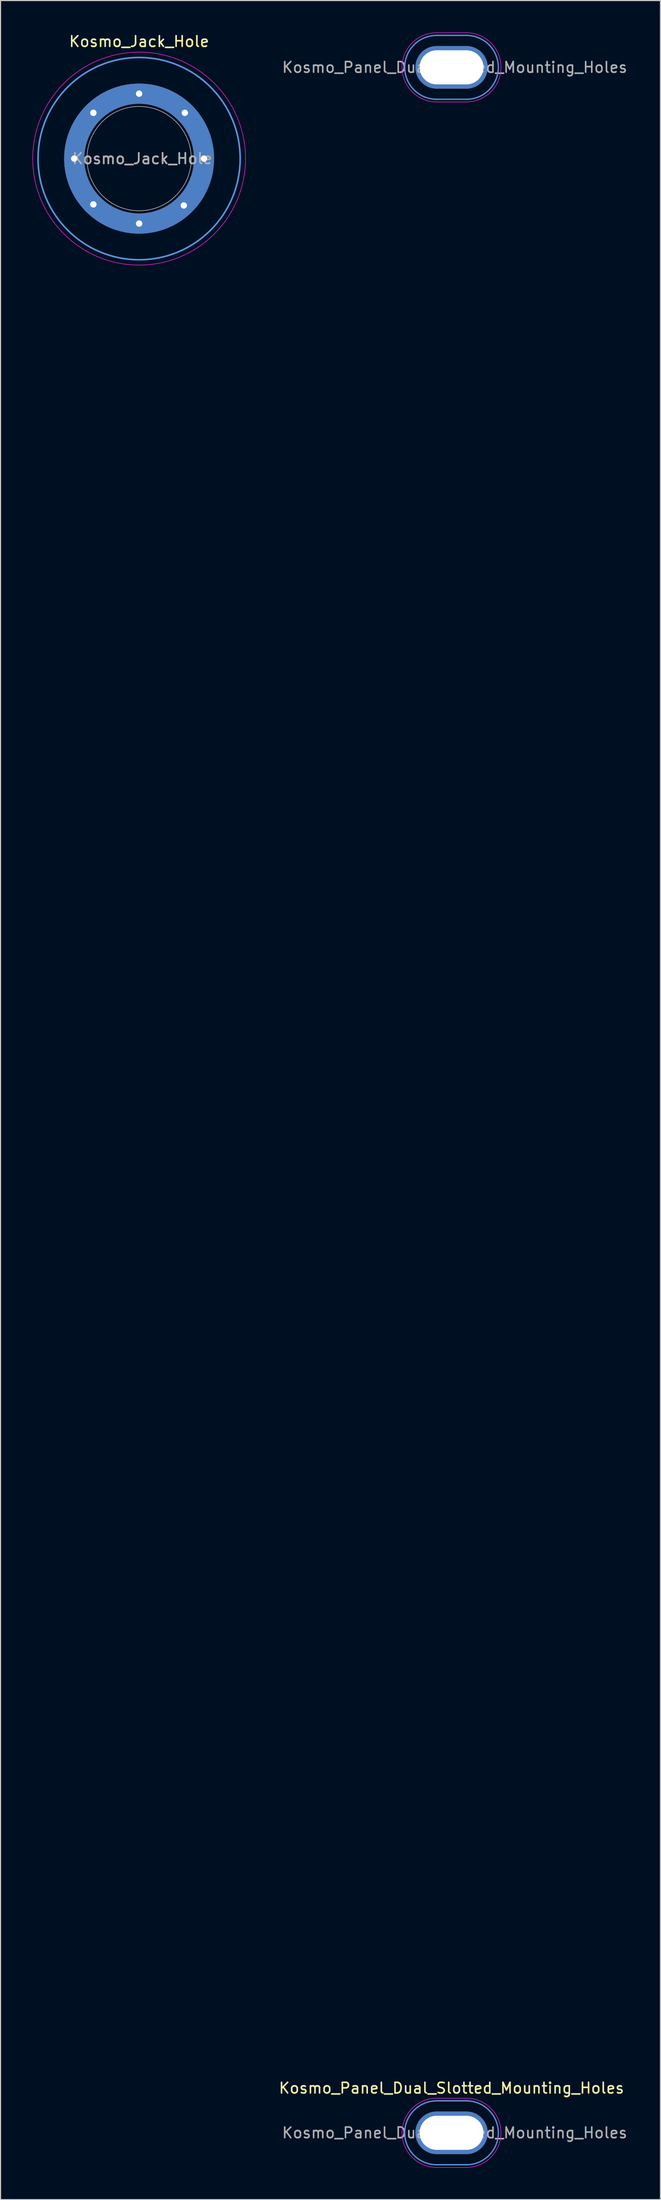
<source format=kicad_pcb>
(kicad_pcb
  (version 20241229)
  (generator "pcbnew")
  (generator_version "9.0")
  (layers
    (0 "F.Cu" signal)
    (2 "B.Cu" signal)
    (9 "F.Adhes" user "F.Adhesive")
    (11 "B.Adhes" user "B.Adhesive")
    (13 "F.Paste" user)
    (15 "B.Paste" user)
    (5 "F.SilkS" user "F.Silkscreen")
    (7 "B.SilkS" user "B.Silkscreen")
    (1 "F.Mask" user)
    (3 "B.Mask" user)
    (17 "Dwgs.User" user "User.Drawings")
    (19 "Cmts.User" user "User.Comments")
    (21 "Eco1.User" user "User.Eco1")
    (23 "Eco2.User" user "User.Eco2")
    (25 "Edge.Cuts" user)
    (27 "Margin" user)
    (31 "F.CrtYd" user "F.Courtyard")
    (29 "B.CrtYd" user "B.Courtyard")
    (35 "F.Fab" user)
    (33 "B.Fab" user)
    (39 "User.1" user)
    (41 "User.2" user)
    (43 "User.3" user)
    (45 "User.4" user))
  (footprint "Kosmo_Panel_Dual_Slotted_Mounting_Holes"
    (layer "F.Cu")
    (at 37.989 197.275)
    (property "Reference" "Kosmo_Panel_Dual_Slotted_Mounting_Holes" (at 1.4 -4.2 0) (layer "F.SilkS") (effects (font (size 1 1) (thickness 0.15))))
    (attr exclude_from_pos_files exclude_from_bom)
    (fp_line (start 0 -197) (end 2.8 -197) (stroke (width 0.12) (type solid)) (layer "Cmts.User"))
    (fp_line (start 0 -191) (end 2.8 -191) (stroke (width 0.12) (type solid)) (layer "Cmts.User"))
    (fp_line (start 0 -3) (end 2.8 -3) (stroke (width 0.12) (type solid)) (layer "Cmts.User"))
    (fp_line (start 0 3) (end 2.8 3) (stroke (width 0.12) (type solid)) (layer "Cmts.User"))
    (fp_arc (start 0 -191) (mid -3 -194) (end 0 -197) (stroke (width 0.12) (type solid)) (layer "Cmts.User"))
    (fp_arc (start 0 3) (mid -3 0) (end 0 -3) (stroke (width 0.12) (type solid)) (layer "Cmts.User"))
    (fp_arc (start 2.8 -197) (mid 5.8 -194) (end 2.8 -191) (stroke (width 0.12) (type solid)) (layer "Cmts.User"))
    (fp_arc (start 2.8 -3) (mid 5.8 0) (end 2.8 3) (stroke (width 0.12) (type solid)) (layer "Cmts.User"))
    (fp_line (start 0 -197.25) (end 2.8 -197.25) (stroke (width 0.05) (type solid)) (layer "F.CrtYd"))
    (fp_line (start 0 -190.75) (end 2.8 -190.75) (stroke (width 0.05) (type solid)) (layer "F.CrtYd"))
    (fp_line (start 0 -3.25) (end 2.8 -3.25) (stroke (width 0.05) (type solid)) (layer "F.CrtYd"))
    (fp_line (start 0 3.25) (end 2.8 3.25) (stroke (width 0.05) (type solid)) (layer "F.CrtYd"))
    (fp_arc (start 0 -190.75) (mid -3.25 -194) (end 0 -197.25) (stroke (width 0.05) (type solid)) (layer "F.CrtYd"))
    (fp_arc (start 0 3.25) (mid -3.25 0) (end 0 -3.25) (stroke (width 0.05) (type solid)) (layer "F.CrtYd"))
    (fp_arc (start 2.8 -197.25) (mid 6.05 -194) (end 2.8 -190.75) (stroke (width 0.05) (type solid)) (layer "F.CrtYd"))
    (fp_arc (start 2.8 -3.25) (mid 6.05 0) (end 2.8 3.25) (stroke (width 0.05) (type solid)) (layer "F.CrtYd"))
    (fp_text user "${REFERENCE}" (at 1.7 -194 0) (layer "F.Fab") (effects (font (size 1 1) (thickness 0.15))))
    (fp_text user "${REFERENCE}" (at 1.7 0 0) (layer "F.Fab") (effects (font (size 1 1) (thickness 0.15))))
    (pad "1" thru_hole oval (at 1.4 -194) (size 6.8 4) (drill oval 6 3.2) (layers "*.Cu" "*.Mask"))
    (pad "1" thru_hole oval (at 1.4 0) (size 6.8 4) (drill oval 6 3.2) (layers "*.Cu" "*.Mask")))
  (footprint "Kosmo_Jack_Hole"
    (layer "F.Cu")
    (at 10.025 11.848)
    (property "Reference" "Kosmo_Jack_Hole" (at 0 -11 0) (layer "F.SilkS") (effects (font (size 1 1) (thickness 0.15))))
    (attr exclude_from_pos_files exclude_from_bom)
    (fp_circle (center 0 0) (end 9.5 0) (stroke (width 0.15) (type solid)) (fill no) (layer "Cmts.User"))
    (fp_circle (center 0 0) (end 4.9 0) (stroke (width 0.05) (type solid)) (fill no) (layer "Edge.Cuts"))
    (fp_circle (center 0 0) (end 10 0) (stroke (width 0.05) (type solid)) (fill no) (layer "F.CrtYd"))
    (fp_text user "${REFERENCE}" (at 0.3 0 0) (layer "F.Fab") (effects (font (size 1 1) (thickness 0.15))))
    (fp_text user "${REFERENCE}" (at 0.3 0 0) (layer "F.Fab") (effects (font (size 1 1) (thickness 0.15))))
    (pad "1" smd custom (at -6.1 0) (size 0.5 0.5) (layers "F.Cu" "F.Mask" "F.Paste") (options (anchor circle)) (primitives (gr_circle (center 6.1 0) (end 12.2 0) (width 1.9) (fill no))))
    (pad "1" smd custom (at -6.1 0) (size 0.5 0.5) (layers "B.Cu" "B.Mask" "B.Paste") (options (anchor circle)) (primitives (gr_circle (center 6.1 0) (end 12.2 0) (width 1.9) (fill no))))
    (pad "1" thru_hole circle (at -6.1 0) (size 0.8 0.8) (drill 0.6) (layers "*.Cu" "*.Mask"))
    (pad "1" thru_hole circle (at -4.3 -4.3) (size 0.8 0.8) (drill 0.6) (layers "*.Cu" "*.Mask"))
    (pad "1" thru_hole circle (at -4.3 4.3) (size 0.8 0.8) (drill 0.6) (layers "*.Cu" "*.Mask"))
    (pad "1" thru_hole circle (at 0 -6.1) (size 0.8 0.8) (drill 0.6) (layers "*.Cu" "*.Mask"))
    (pad "1" thru_hole circle (at 0 6.1) (size 0.8 0.8) (drill 0.6) (layers "*.Cu" "*.Mask"))
    (pad "1" thru_hole circle (at 4.2 4.4) (size 0.8 0.8) (drill 0.6) (layers "*.Cu" "*.Mask"))
    (pad "1" thru_hole circle (at 4.3 -4.3) (size 0.8 0.8) (drill 0.6) (layers "*.Cu" "*.Mask"))
    (pad "1" thru_hole circle (at 6.1 0) (size 0.8 0.8) (drill 0.6) (layers "*.Cu" "*.Mask")))
  (gr_rect
    (start -3 -3)
    (end 59.029 203.55)
    (stroke (width 0.1) (type default))
    (fill no)
    (layer "Edge.Cuts")))
</source>
